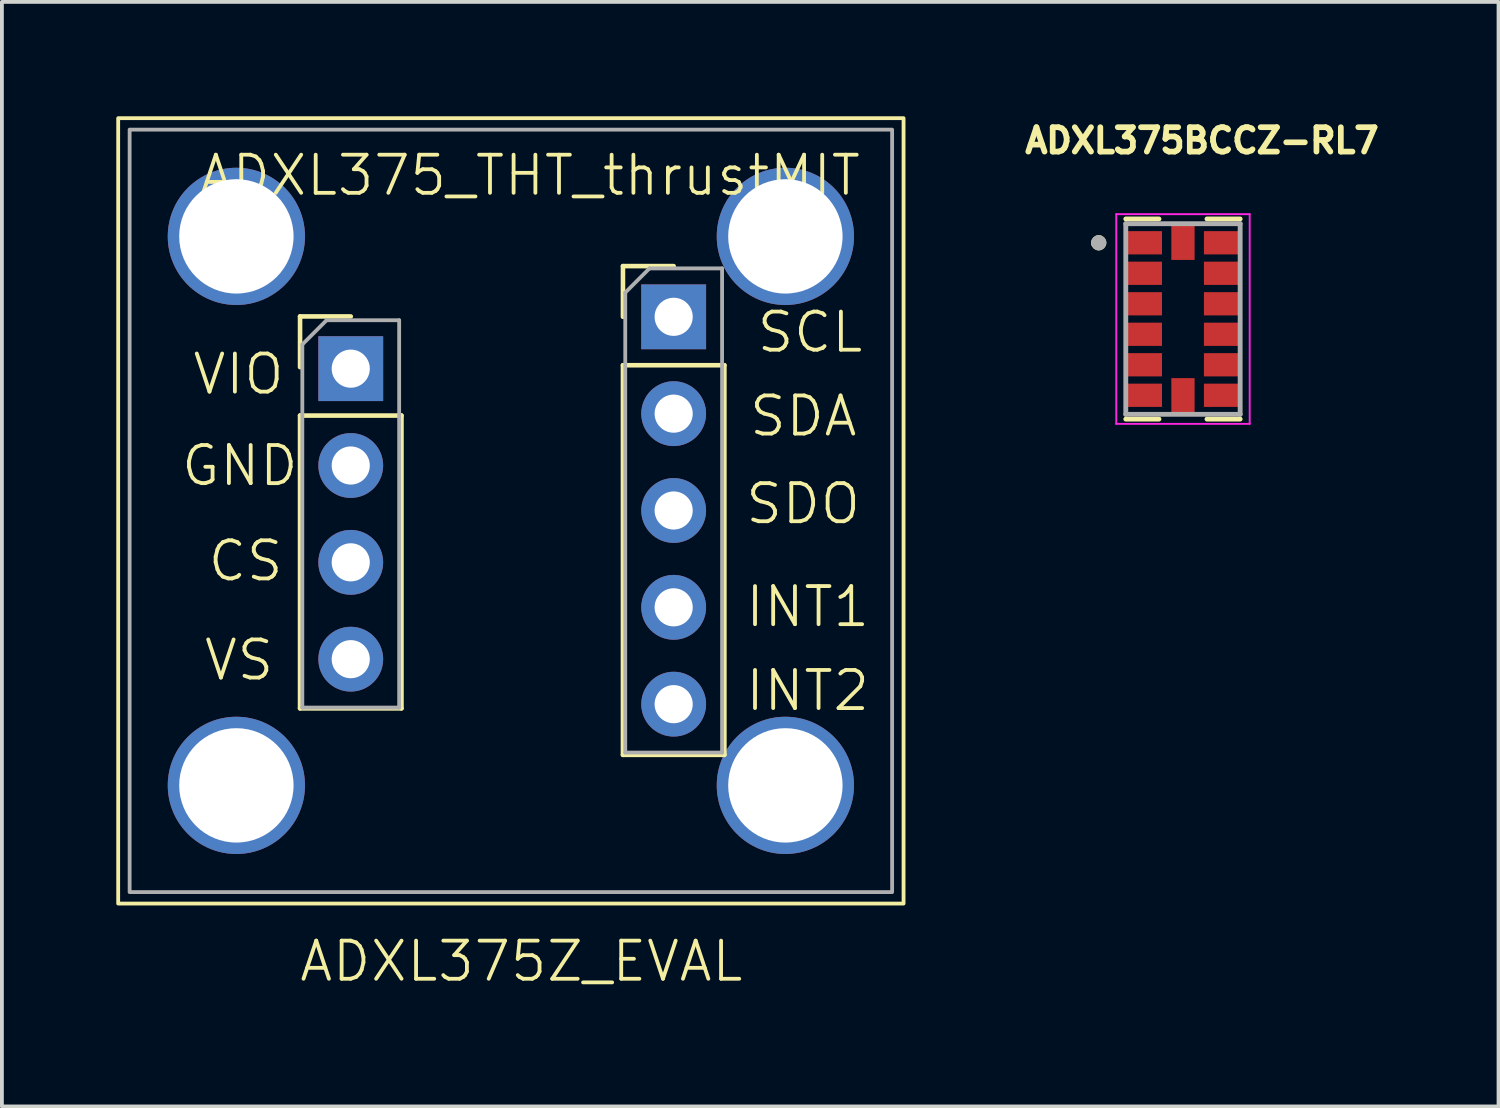
<source format=kicad_pcb>
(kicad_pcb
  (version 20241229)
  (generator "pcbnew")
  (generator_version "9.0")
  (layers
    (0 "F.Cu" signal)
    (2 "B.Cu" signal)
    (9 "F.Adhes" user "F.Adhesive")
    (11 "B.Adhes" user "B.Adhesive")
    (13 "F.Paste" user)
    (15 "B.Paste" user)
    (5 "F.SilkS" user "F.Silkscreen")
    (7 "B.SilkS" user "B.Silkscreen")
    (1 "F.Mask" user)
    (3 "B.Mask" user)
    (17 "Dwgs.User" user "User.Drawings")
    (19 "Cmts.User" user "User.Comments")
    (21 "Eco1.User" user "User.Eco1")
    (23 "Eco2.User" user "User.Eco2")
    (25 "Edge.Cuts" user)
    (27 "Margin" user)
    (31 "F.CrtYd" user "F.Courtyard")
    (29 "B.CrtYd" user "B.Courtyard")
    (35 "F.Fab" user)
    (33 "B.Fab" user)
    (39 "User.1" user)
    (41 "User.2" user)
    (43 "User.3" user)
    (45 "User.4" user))
  (footprint "ADXL375_THT_thrustMIT"
    (layer "F.Cu")
    (at 10.85 9.65)
    (property "Reference" "ADXL375_THT_thrustMIT" (at 0 -8.1 0) (unlocked yes) (layer "F.SilkS") (effects (font (size 1 1) (thickness 0.1))))
    (attr through_hole)
    (fp_line (start -6.03 -4.4) (end -4.7 -4.4) (stroke (width 0.12) (type solid)) (layer "F.SilkS"))
    (fp_line (start -6.03 -3.07) (end -6.03 -4.4) (stroke (width 0.12) (type solid)) (layer "F.SilkS"))
    (fp_line (start -6.03 -1.8) (end -6.03 5.88) (stroke (width 0.12) (type solid)) (layer "F.SilkS"))
    (fp_line (start -6.03 -1.8) (end -3.37 -1.8) (stroke (width 0.12) (type solid)) (layer "F.SilkS"))
    (fp_line (start -6.03 5.88) (end -3.37 5.88) (stroke (width 0.12) (type solid)) (layer "F.SilkS"))
    (fp_line (start -3.37 -1.8) (end -3.37 5.88) (stroke (width 0.12) (type solid)) (layer "F.SilkS"))
    (fp_line (start 2.44 -5.72) (end 3.77 -5.72) (stroke (width 0.12) (type solid)) (layer "F.SilkS"))
    (fp_line (start 2.44 -4.39) (end 2.44 -5.72) (stroke (width 0.12) (type solid)) (layer "F.SilkS"))
    (fp_line (start 2.44 -3.12) (end 2.44 7.1) (stroke (width 0.12) (type solid)) (layer "F.SilkS"))
    (fp_line (start 2.44 -3.12) (end 5.1 -3.12) (stroke (width 0.12) (type solid)) (layer "F.SilkS"))
    (fp_line (start 2.44 7.1) (end 5.1 7.1) (stroke (width 0.12) (type solid)) (layer "F.SilkS"))
    (fp_line (start 5.1 -3.12) (end 5.1 7.1) (stroke (width 0.12) (type solid)) (layer "F.SilkS"))
    (fp_line (start 5.1 7.1) (end 2.9 7.1) (stroke (width 0.1) (type default)) (layer "F.SilkS"))
    (fp_rect (start -10.8 -9.6) (end 9.8 11) (stroke (width 0.1) (type default)) (fill no) (layer "F.SilkS"))
    (fp_line (start -5.97 -3.665) (end -5.335 -4.3) (stroke (width 0.1) (type solid)) (layer "F.Fab"))
    (fp_line (start -5.97 5.86) (end -5.97 -3.665) (stroke (width 0.1) (type solid)) (layer "F.Fab"))
    (fp_line (start -5.335 -4.3) (end -3.43 -4.3) (stroke (width 0.1) (type solid)) (layer "F.Fab"))
    (fp_line (start -3.43 -4.3) (end -3.43 5.86) (stroke (width 0.1) (type solid)) (layer "F.Fab"))
    (fp_line (start -3.43 5.86) (end -5.97 5.86) (stroke (width 0.1) (type solid)) (layer "F.Fab"))
    (fp_line (start 2.5 -5.025) (end 3.135 -5.66) (stroke (width 0.1) (type solid)) (layer "F.Fab"))
    (fp_line (start 2.5 7.04) (end 2.5 -5.025) (stroke (width 0.1) (type solid)) (layer "F.Fab"))
    (fp_line (start 3.135 -5.66) (end 5.04 -5.66) (stroke (width 0.1) (type solid)) (layer "F.Fab"))
    (fp_line (start 5.04 -5.66) (end 5.04 7.04) (stroke (width 0.1) (type solid)) (layer "F.Fab"))
    (fp_line (start 5.04 7.04) (end 2.5 7.04) (stroke (width 0.1) (type solid)) (layer "F.Fab"))
    (fp_rect (start -10.5 -9.3) (end 9.5 10.7) (stroke (width 0.1) (type default)) (fill no) (layer "F.Fab"))
    (fp_text user "ADXL375Z_EVAL" (at -6.1 13.1 0) (unlocked yes) (layer "F.SilkS") (effects (font (size 1 1) (thickness 0.1)) (justify left bottom)))
    (fp_text user "INT2" (at 5.6 6 0) (unlocked yes) (layer "F.SilkS") (effects (font (size 1 1) (thickness 0.1)) (justify left bottom)))
    (fp_text user "VIO" (at -8.9 -2.3 0) (unlocked yes) (layer "F.SilkS") (effects (font (size 1 1) (thickness 0.1)) (justify left bottom)))
    (fp_text user "CS" (at -8.5 2.6 0) (unlocked yes) (layer "F.SilkS") (effects (font (size 1 1) (thickness 0.1)) (justify left bottom)))
    (fp_text user "GND" (at -9.2 0.1 0) (unlocked yes) (layer "F.SilkS") (effects (font (size 1 1) (thickness 0.1)) (justify left bottom)))
    (fp_text user "INT1" (at 5.6 3.8 0) (unlocked yes) (layer "F.SilkS") (effects (font (size 1 1) (thickness 0.1)) (justify left bottom)))
    (fp_text user "VS" (at -8.6 5.2 0) (unlocked yes) (layer "F.SilkS") (effects (font (size 1 1) (thickness 0.1)) (justify left bottom)))
    (fp_text user "SDA" (at 5.7 -1.2 0) (unlocked yes) (layer "F.SilkS") (effects (font (size 1 1) (thickness 0.1)) (justify left bottom)))
    (fp_text user "SCL" (at 5.9 -3.4 0) (unlocked yes) (layer "F.SilkS") (effects (font (size 1 1) (thickness 0.1)) (justify left bottom)))
    (fp_text user "SDO" (at 5.6 1.1 0) (unlocked yes) (layer "F.SilkS") (effects (font (size 1 1) (thickness 0.1)) (justify left bottom)))
    (pad "" thru_hole circle (at -7.7 -6.5) (size 3.6 3.6) (drill 3) (layers "*.Cu" "*.Mask"))
    (pad "" thru_hole circle (at -7.7 7.9) (size 3.6 3.6) (drill 3) (layers "*.Cu" "*.Mask"))
    (pad "" thru_hole circle (at 6.7 -6.5) (size 3.6 3.6) (drill 3) (layers "*.Cu" "*.Mask"))
    (pad "" thru_hole circle (at 6.7 7.9) (size 3.6 3.6) (drill 3) (layers "*.Cu" "*.Mask"))
    (pad "1" thru_hole rect (at -4.7 -3.03) (size 1.7 1.7) (drill 1) (layers "*.Cu" "*.Mask"))
    (pad "2" thru_hole oval (at -4.7 -0.49) (size 1.7 1.7) (drill 1) (layers "*.Cu" "*.Mask"))
    (pad "3" thru_hole oval (at -4.7 2.05) (size 1.7 1.7) (drill 1) (layers "*.Cu" "*.Mask"))
    (pad "4" thru_hole oval (at -4.7 4.59) (size 1.7 1.7) (drill 1) (layers "*.Cu" "*.Mask"))
    (pad "5" thru_hole oval (at 3.77 5.77) (size 1.7 1.7) (drill 1) (layers "*.Cu" "*.Mask"))
    (pad "6" thru_hole oval (at 3.77 3.23) (size 1.7 1.7) (drill 1) (layers "*.Cu" "*.Mask"))
    (pad "7" thru_hole oval (at 3.77 0.69) (size 1.7 1.7) (drill 1) (layers "*.Cu" "*.Mask"))
    (pad "8" thru_hole oval (at 3.77 -1.85) (size 1.7 1.7) (drill 1) (layers "*.Cu" "*.Mask"))
    (pad "9" thru_hole rect (at 3.77 -4.39) (size 1.7 1.7) (drill 1) (layers "*.Cu" "*.Mask")))
  (footprint "ADXL375BCCZ-RL7"
    (layer "F.Cu")
    (at 27.979 5.318)
    (property "Reference" "ADXL375BCCZ-RL7" (at 0.499 -4.68 0) (layer "F.SilkS") (effects (font (size 0.64 0.64) (thickness 0.15))))
    (attr smd)
    (fp_poly (pts (xy -1.52 -2.355) (xy -0.5 -2.355) (xy -0.5 -1.645) (xy -1.52 -1.645)) (stroke (width 0.01) (type solid)) (fill yes) (layer "F.Mask"))
    (fp_poly (pts (xy -1.52 -1.555) (xy -0.5 -1.555) (xy -0.5 -0.845) (xy -1.52 -0.845)) (stroke (width 0.01) (type solid)) (fill yes) (layer "F.Mask"))
    (fp_poly (pts (xy -1.52 -0.755) (xy -0.5 -0.755) (xy -0.5 -0.045) (xy -1.52 -0.045)) (stroke (width 0.01) (type solid)) (fill yes) (layer "F.Mask"))
    (fp_poly (pts (xy -1.52 0.045) (xy -0.5 0.045) (xy -0.5 0.755) (xy -1.52 0.755)) (stroke (width 0.01) (type solid)) (fill yes) (layer "F.Mask"))
    (fp_poly (pts (xy -1.52 0.845) (xy -0.5 0.845) (xy -0.5 1.555) (xy -1.52 1.555)) (stroke (width 0.01) (type solid)) (fill yes) (layer "F.Mask"))
    (fp_poly (pts (xy -1.52 1.645) (xy -0.5 1.645) (xy -0.5 2.355) (xy -1.52 2.355)) (stroke (width 0.01) (type solid)) (fill yes) (layer "F.Mask"))
    (fp_poly (pts (xy -0.355 -2.52) (xy 0.355 -2.52) (xy 0.355 -1.5) (xy -0.355 -1.5)) (stroke (width 0.01) (type solid)) (fill yes) (layer "F.Mask"))
    (fp_poly (pts (xy -0.355 1.5) (xy 0.355 1.5) (xy 0.355 2.52) (xy -0.355 2.52)) (stroke (width 0.01) (type solid)) (fill yes) (layer "F.Mask"))
    (fp_poly (pts (xy 0.5 -2.355) (xy 1.52 -2.355) (xy 1.52 -1.645) (xy 0.5 -1.645)) (stroke (width 0.01) (type solid)) (fill yes) (layer "F.Mask"))
    (fp_poly (pts (xy 0.5 -1.555) (xy 1.52 -1.555) (xy 1.52 -0.845) (xy 0.5 -0.845)) (stroke (width 0.01) (type solid)) (fill yes) (layer "F.Mask"))
    (fp_poly (pts (xy 0.5 -0.755) (xy 1.52 -0.755) (xy 1.52 -0.045) (xy 0.5 -0.045)) (stroke (width 0.01) (type solid)) (fill yes) (layer "F.Mask"))
    (fp_poly (pts (xy 0.5 0.045) (xy 1.52 0.045) (xy 1.52 0.755) (xy 0.5 0.755)) (stroke (width 0.01) (type solid)) (fill yes) (layer "F.Mask"))
    (fp_poly (pts (xy 0.5 0.845) (xy 1.52 0.845) (xy 1.52 1.555) (xy 0.5 1.555)) (stroke (width 0.01) (type solid)) (fill yes) (layer "F.Mask"))
    (fp_poly (pts (xy 0.5 1.645) (xy 1.52 1.645) (xy 1.52 2.355) (xy 0.5 2.355)) (stroke (width 0.01) (type solid)) (fill yes) (layer "F.Mask"))
    (fp_line (start -1.5 -2.625) (end -0.63 -2.625) (stroke (width 0.127) (type solid)) (layer "F.SilkS"))
    (fp_line (start -1.5 2.625) (end -0.63 2.625) (stroke (width 0.127) (type solid)) (layer "F.SilkS"))
    (fp_line (start 1.5 -2.625) (end 0.63 -2.625) (stroke (width 0.127) (type solid)) (layer "F.SilkS"))
    (fp_line (start 1.5 2.625) (end 0.63 2.625) (stroke (width 0.127) (type solid)) (layer "F.SilkS"))
    (fp_circle (center -2.21 -2) (end -2.11 -2) (stroke (width 0.2) (type solid)) (fill no) (layer "F.SilkS"))
    (fp_line (start -1.75 -2.75) (end -1.75 2.75) (stroke (width 0.05) (type solid)) (layer "F.CrtYd"))
    (fp_line (start -1.75 2.75) (end 1.75 2.75) (stroke (width 0.05) (type solid)) (layer "F.CrtYd"))
    (fp_line (start 1.75 -2.75) (end -1.75 -2.75) (stroke (width 0.05) (type solid)) (layer "F.CrtYd"))
    (fp_line (start 1.75 2.75) (end 1.75 -2.75) (stroke (width 0.05) (type solid)) (layer "F.CrtYd"))
    (fp_line (start -1.5 -2.5) (end 1.5 -2.5) (stroke (width 0.127) (type solid)) (layer "F.Fab"))
    (fp_line (start -1.5 2.5) (end -1.5 -2.5) (stroke (width 0.127) (type solid)) (layer "F.Fab"))
    (fp_line (start 1.5 -2.5) (end 1.5 2.5) (stroke (width 0.127) (type solid)) (layer "F.Fab"))
    (fp_line (start 1.5 2.5) (end -1.5 2.5) (stroke (width 0.127) (type solid)) (layer "F.Fab"))
    (fp_circle (center -2.21 -2) (end -2.11 -2) (stroke (width 0.2) (type solid)) (fill no) (layer "F.Fab"))
    (pad "1" smd rect (at -1.01 -2) (size 0.92 0.61) (layers "F.Cu" "F.Paste"))
    (pad "2" smd rect (at -1.01 -1.2) (size 0.92 0.61) (layers "F.Cu" "F.Paste"))
    (pad "3" smd rect (at -1.01 -0.4) (size 0.92 0.61) (layers "F.Cu" "F.Paste"))
    (pad "4" smd rect (at -1.01 0.4) (size 0.92 0.61) (layers "F.Cu" "F.Paste"))
    (pad "5" smd rect (at -1.01 1.2) (size 0.92 0.61) (layers "F.Cu" "F.Paste"))
    (pad "6" smd rect (at -1.01 2) (size 0.92 0.61) (layers "F.Cu" "F.Paste"))
    (pad "7" smd rect (at 0 2.01) (size 0.61 0.92) (layers "F.Cu" "F.Paste"))
    (pad "8" smd rect (at 1.01 2) (size 0.92 0.61) (layers "F.Cu" "F.Paste"))
    (pad "9" smd rect (at 1.01 1.2) (size 0.92 0.61) (layers "F.Cu" "F.Paste"))
    (pad "10" smd rect (at 1.01 0.4) (size 0.92 0.61) (layers "F.Cu" "F.Paste"))
    (pad "11" smd rect (at 1.01 -0.4) (size 0.92 0.61) (layers "F.Cu" "F.Paste"))
    (pad "12" smd rect (at 1.01 -1.2) (size 0.92 0.61) (layers "F.Cu" "F.Paste"))
    (pad "13" smd rect (at 1.01 -2) (size 0.92 0.61) (layers "F.Cu" "F.Paste"))
    (pad "14" smd rect (at 0 -2.01) (size 0.61 0.92) (layers "F.Cu" "F.Paste")))
  (gr_rect
    (start -3 -3)
    (end 36.256 25.971)
    (stroke (width 0.1) (type default))
    (fill no)
    (layer "Edge.Cuts")))
</source>
